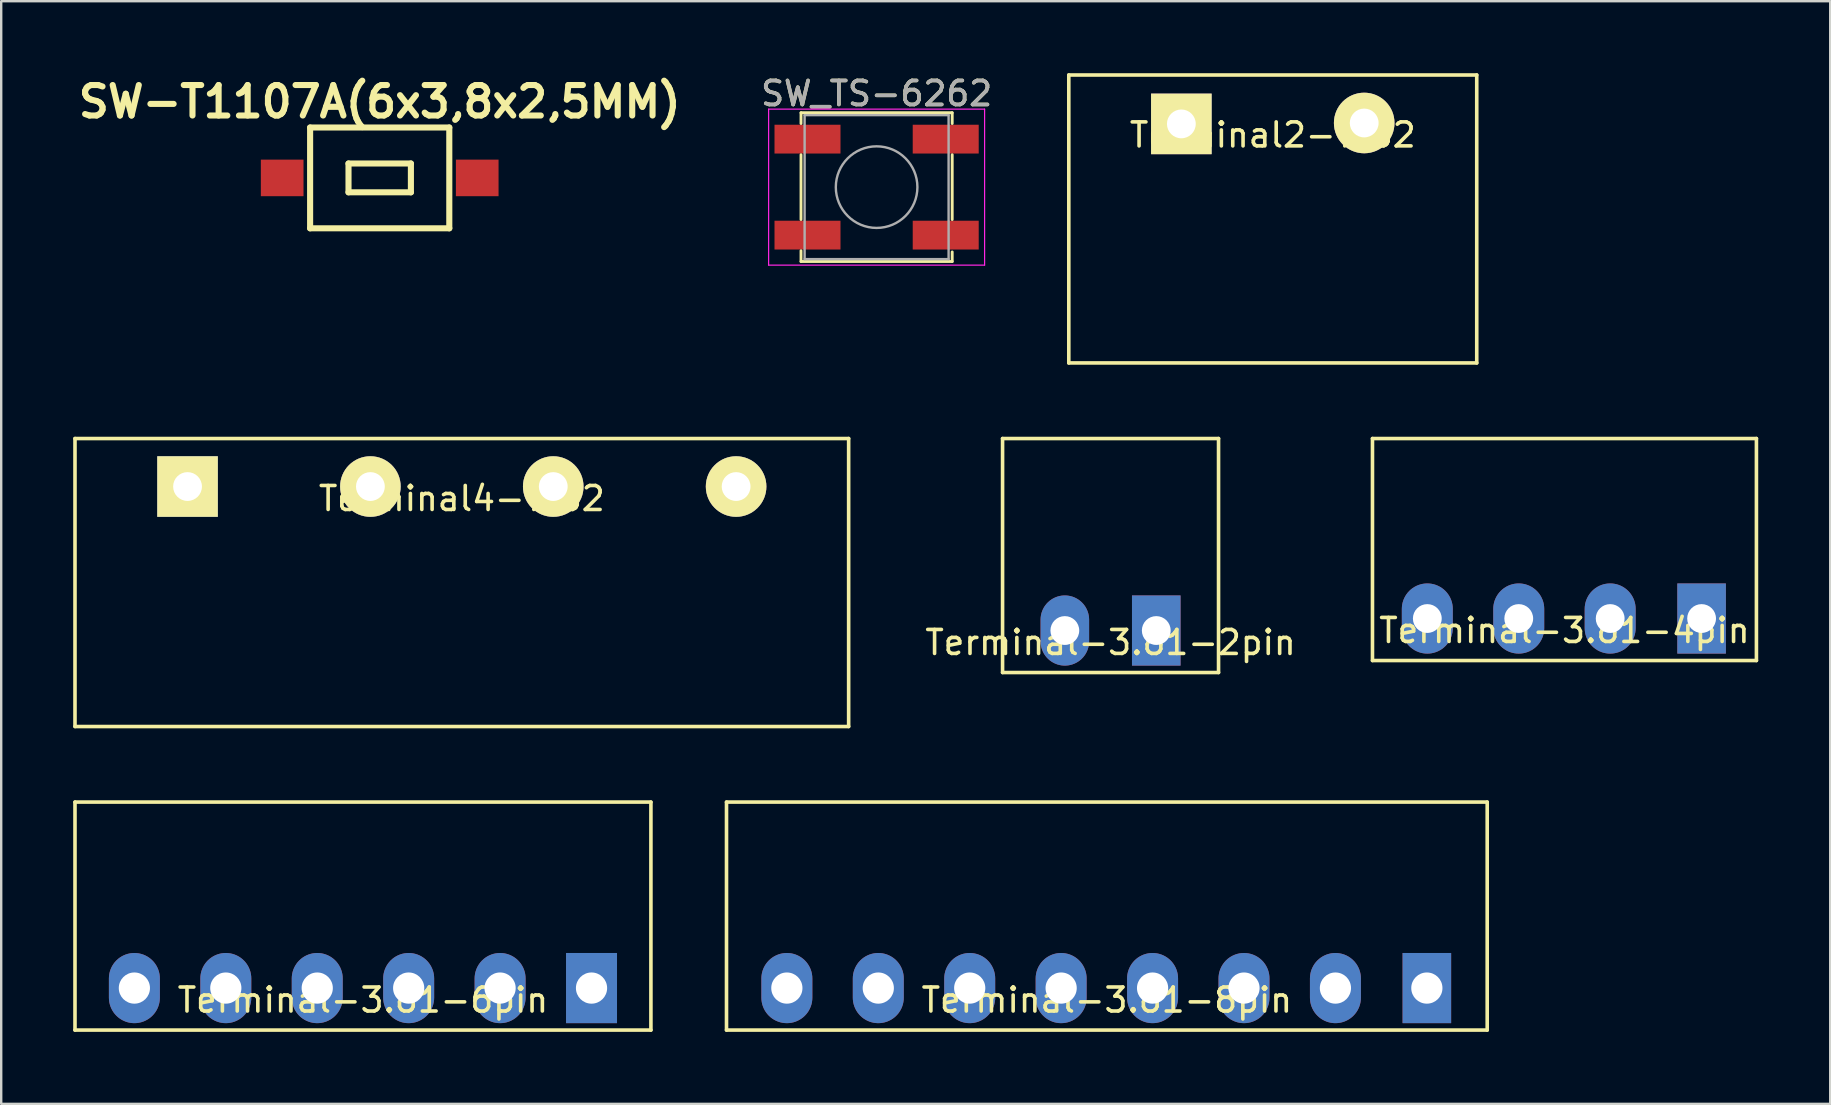
<source format=kicad_pcb>
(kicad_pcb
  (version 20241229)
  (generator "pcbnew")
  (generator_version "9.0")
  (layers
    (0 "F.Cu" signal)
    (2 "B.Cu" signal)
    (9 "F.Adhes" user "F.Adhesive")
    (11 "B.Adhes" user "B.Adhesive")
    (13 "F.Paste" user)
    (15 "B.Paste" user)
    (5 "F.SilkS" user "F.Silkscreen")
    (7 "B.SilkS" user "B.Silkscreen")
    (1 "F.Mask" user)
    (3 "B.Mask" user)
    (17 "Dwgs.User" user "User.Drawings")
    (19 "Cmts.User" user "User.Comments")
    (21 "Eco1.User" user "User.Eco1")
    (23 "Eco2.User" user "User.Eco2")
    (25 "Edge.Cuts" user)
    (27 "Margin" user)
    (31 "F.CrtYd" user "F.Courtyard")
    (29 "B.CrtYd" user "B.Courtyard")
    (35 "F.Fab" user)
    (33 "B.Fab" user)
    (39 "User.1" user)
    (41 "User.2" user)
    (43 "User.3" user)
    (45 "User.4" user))
  (footprint "Terminal-3.81-6pin"
    (layer "F.Cu")
    (at 12.075 38.125)
    (property "Reference" "Terminal-3.81-6pin" (at 0 0.5 0) (layer "F.SilkS") (effects (font (size 1 1) (thickness 0.15))))
    (attr through_hole)
    (fp_line (start -12 -7.75) (end 12 -7.75) (stroke (width 0.15) (type solid)) (layer "F.SilkS"))
    (fp_line (start -12 1.75) (end -12 -7.75) (stroke (width 0.15) (type solid)) (layer "F.SilkS"))
    (fp_line (start 12 -7.75) (end 12 1.75) (stroke (width 0.15) (type solid)) (layer "F.SilkS"))
    (fp_line (start 12 1.75) (end -12 1.75) (stroke (width 0.15) (type solid)) (layer "F.SilkS"))
    (pad "1" thru_hole rect (at 9.525 0) (size 2.124 2.924) (drill 1.3) (layers "*.Cu" "*.Mask"))
    (pad "2" thru_hole oval (at 5.715 0) (size 2.124 2.924) (drill 1.3) (layers "*.Cu" "*.Mask"))
    (pad "3" thru_hole oval (at 1.905 0) (size 2.124 2.924) (drill 1.3) (layers "*.Cu" "*.Mask"))
    (pad "4" thru_hole oval (at -1.905 0) (size 2.124 2.924) (drill 1.3) (layers "*.Cu" "*.Mask"))
    (pad "5" thru_hole oval (at -5.715 0) (size 2.124 2.924) (drill 1.3) (layers "*.Cu" "*.Mask"))
    (pad "6" thru_hole oval (at -9.525 0) (size 2.124 2.924) (drill 1.3) (layers "*.Cu" "*.Mask")))
  (footprint "SW_TS-6262"
    (layer "F.Cu")
    (at 33.48 4.748)
    (property "Reference" "SW_TS-6262" (at 0 -3.9 0) (layer "F.SilkS") (effects (font (size 1 1) (thickness 0.15))))
    (attr smd)
    (fp_line (start -3.15 -3.1) (end 3.15 -3.1) (stroke (width 0.12) (type solid)) (layer "F.SilkS"))
    (fp_line (start -3.15 -2.65) (end -3.15 -3.1) (stroke (width 0.12) (type solid)) (layer "F.SilkS"))
    (fp_line (start -3.15 1.35) (end -3.15 -1.35) (stroke (width 0.12) (type solid)) (layer "F.SilkS"))
    (fp_line (start -3.15 2.65) (end -3.15 3.1) (stroke (width 0.12) (type solid)) (layer "F.SilkS"))
    (fp_line (start -3.15 3.1) (end 3.15 3.1) (stroke (width 0.12) (type solid)) (layer "F.SilkS"))
    (fp_line (start 3.15 -3.1) (end 3.15 -2.65) (stroke (width 0.12) (type solid)) (layer "F.SilkS"))
    (fp_line (start 3.15 -1.35) (end 3.15 1.35) (stroke (width 0.12) (type solid)) (layer "F.SilkS"))
    (fp_line (start 3.15 3.1) (end 3.15 2.7) (stroke (width 0.12) (type solid)) (layer "F.SilkS"))
    (fp_line (start -4.5 -3.25) (end 4.5 -3.25) (stroke (width 0.05) (type solid)) (layer "F.CrtYd"))
    (fp_line (start -4.5 3.25) (end -4.5 -3.25) (stroke (width 0.05) (type solid)) (layer "F.CrtYd"))
    (fp_line (start 4.5 -3.25) (end 4.5 3.25) (stroke (width 0.05) (type solid)) (layer "F.CrtYd"))
    (fp_line (start 4.5 3.25) (end -4.5 3.25) (stroke (width 0.05) (type solid)) (layer "F.CrtYd"))
    (fp_line (start -3 -3) (end 3 -3) (stroke (width 0.1) (type solid)) (layer "F.Fab"))
    (fp_line (start -3 3) (end -3 -3) (stroke (width 0.1) (type solid)) (layer "F.Fab"))
    (fp_line (start 3 -3) (end 3 3) (stroke (width 0.1) (type solid)) (layer "F.Fab"))
    (fp_line (start 3 3) (end -3 3) (stroke (width 0.1) (type solid)) (layer "F.Fab"))
    (fp_circle (center 0 0) (end 1.7 0) (stroke (width 0.1) (type solid)) (fill no) (layer "F.Fab"))
    (fp_text user "${REFERENCE}" (at 0 -3.9 0) (layer "F.Fab") (effects (font (size 1 1) (thickness 0.15))))
    (pad "1" smd rect (at -2.88 -2) (size 2.75 1.2) (layers "F.Cu" "F.Mask" "F.Paste"))
    (pad "1" smd rect (at 2.88 -2) (size 2.75 1.2) (layers "F.Cu" "F.Mask" "F.Paste"))
    (pad "2" smd rect (at -2.88 2) (size 2.75 1.2) (layers "F.Cu" "F.Mask" "F.Paste"))
    (pad "2" smd rect (at 2.88 2) (size 2.75 1.2) (layers "F.Cu" "F.Mask" "F.Paste")))
  (footprint "Terminal4-7.62"
    (layer "F.Cu")
    (at 16.195 17.225)
    (property "Reference" "Terminal4-7.62" (at 0 0.5 0) (layer "F.SilkS") (effects (font (size 1 1) (thickness 0.15))))
    (attr through_hole)
    (fp_line (start -16.12 -2) (end 16.12 -2) (stroke (width 0.15) (type solid)) (layer "F.SilkS"))
    (fp_line (start -16.12 10) (end -16.12 -2) (stroke (width 0.15) (type solid)) (layer "F.SilkS"))
    (fp_line (start 16.12 -2) (end 16.12 10) (stroke (width 0.15) (type solid)) (layer "F.SilkS"))
    (fp_line (start 16.12 10) (end -16.12 10) (stroke (width 0.15) (type solid)) (layer "F.SilkS"))
    (pad "1" thru_hole rect (at -11.43 0) (size 2.524 2.524) (drill 1.2) (layers "*.Cu" "*.Mask" "F.SilkS"))
    (pad "2" thru_hole circle (at -3.81 0) (size 2.524 2.524) (drill 1.2) (layers "*.Cu" "*.Mask" "F.SilkS"))
    (pad "3" thru_hole circle (at 3.81 0) (size 2.524 2.524) (drill 1.2) (layers "*.Cu" "*.Mask" "F.SilkS"))
    (pad "4" thru_hole circle (at 11.43 0) (size 2.524 2.524) (drill 1.2) (layers "*.Cu" "*.Mask" "F.SilkS")))
  (footprint "SW-T1107A(6x3,8x2,5MM)"
    (layer "F.Cu")
    (at 12.773 4.364)
    (property "Reference" "SW-T1107A(6x3,8x2,5MM)" (at 0 -3.175 0) (layer "F.SilkS") (effects (font (size 1.27 1.27) (thickness 0.254))))
    (attr smd)
    (fp_line (start -2.9 -2.1) (end -2.9 2.1) (stroke (width 0.254) (type solid)) (layer "F.SilkS"))
    (fp_line (start -2.9 2.1) (end 2.9 2.1) (stroke (width 0.254) (type solid)) (layer "F.SilkS"))
    (fp_line (start -1.3 -0.6) (end 1.3 -0.6) (stroke (width 0.254) (type solid)) (layer "F.SilkS"))
    (fp_line (start -1.3 0.6) (end -1.3 -0.6) (stroke (width 0.254) (type solid)) (layer "F.SilkS"))
    (fp_line (start -1.3 0.6) (end 1.3 0.6) (stroke (width 0.254) (type solid)) (layer "F.SilkS"))
    (fp_line (start 1.3 0.6) (end 1.3 -0.6) (stroke (width 0.254) (type solid)) (layer "F.SilkS"))
    (fp_line (start 2.9 -2.1) (end -2.9 -2.1) (stroke (width 0.254) (type solid)) (layer "F.SilkS"))
    (fp_line (start 2.9 2.1) (end 2.9 -2.1) (stroke (width 0.254) (type solid)) (layer "F.SilkS"))
    (pad "1" smd rect (at -4.064 0 90) (size 1.524 1.778) (layers "F.Cu" "F.Mask" "F.Paste"))
    (pad "2" smd rect (at 4.064 0 90) (size 1.524 1.778) (layers "F.Cu" "F.Mask" "F.Paste")))
  (footprint "Terminal-3.81-4pin"
    (layer "F.Cu")
    (at 62.144 22.725)
    (property "Reference" "Terminal-3.81-4pin" (at 0 0.5 0) (layer "F.SilkS") (effects (font (size 1 1) (thickness 0.15))))
    (attr through_hole)
    (fp_line (start -8 -7.5) (end 8 -7.5) (stroke (width 0.15) (type solid)) (layer "F.SilkS"))
    (fp_line (start -8 1.75) (end -8 -7.5) (stroke (width 0.15) (type solid)) (layer "F.SilkS"))
    (fp_line (start 8 -7.5) (end 8 1.75) (stroke (width 0.15) (type solid)) (layer "F.SilkS"))
    (fp_line (start 8 1.75) (end -8 1.75) (stroke (width 0.15) (type solid)) (layer "F.SilkS"))
    (pad "1" thru_hole rect (at 5.715 0) (size 2.024 2.924) (drill 1.2) (layers "*.Cu" "*.Mask"))
    (pad "2" thru_hole oval (at 1.905 0) (size 2.124 2.924) (drill 1.2) (layers "*.Cu" "*.Mask"))
    (pad "3" thru_hole oval (at -1.905 0) (size 2.124 2.924) (drill 1.2) (layers "*.Cu" "*.Mask"))
    (pad "4" thru_hole oval (at -5.715 0) (size 2.124 2.924) (drill 1.2) (layers "*.Cu" "*.Mask")))
  (footprint "Terminal2-7.62"
    (layer "F.Cu")
    (at 49.989 2.075)
    (property "Reference" "Terminal2-7.62" (at 0 0.5 0) (layer "F.SilkS") (effects (font (size 1 1) (thickness 0.15))))
    (attr through_hole)
    (fp_line (start -8.5 -2) (end 8.5 -2) (stroke (width 0.15) (type solid)) (layer "F.SilkS"))
    (fp_line (start -8.5 10) (end -8.5 -2) (stroke (width 0.15) (type solid)) (layer "F.SilkS"))
    (fp_line (start 8.5 -2) (end 8.5 10) (stroke (width 0.15) (type solid)) (layer "F.SilkS"))
    (fp_line (start 8.5 10) (end -8.5 10) (stroke (width 0.15) (type solid)) (layer "F.SilkS"))
    (pad "1" thru_hole rect (at -3.81 0.038) (size 2.524 2.524) (drill 1.2) (layers "*.Cu" "*.Mask" "F.SilkS"))
    (pad "2" thru_hole circle (at 3.81 0) (size 2.524 2.524) (drill 1.2) (layers "*.Cu" "*.Mask" "F.SilkS")))
  (footprint "Terminal-3.81-8pin"
    (layer "F.Cu")
    (at 43.075 38.125)
    (property "Reference" "Terminal-3.81-8pin" (at 0 0.5 0) (layer "F.SilkS") (effects (font (size 1 1) (thickness 0.15))))
    (attr through_hole)
    (fp_line (start -15.85 -7.75) (end 15.85 -7.75) (stroke (width 0.15) (type solid)) (layer "F.SilkS"))
    (fp_line (start -15.85 1.75) (end -15.85 -7.75) (stroke (width 0.15) (type solid)) (layer "F.SilkS"))
    (fp_line (start 15.85 -7.75) (end 15.85 1.75) (stroke (width 0.15) (type solid)) (layer "F.SilkS"))
    (fp_line (start 15.85 1.75) (end -15.85 1.75) (stroke (width 0.15) (type solid)) (layer "F.SilkS"))
    (pad "1" thru_hole rect (at 13.335 0) (size 2.024 2.924) (drill 1.3) (layers "*.Cu" "*.Mask"))
    (pad "2" thru_hole oval (at 9.525 0) (size 2.124 2.924) (drill 1.3) (layers "*.Cu" "*.Mask"))
    (pad "3" thru_hole oval (at 5.715 0) (size 2.124 2.924) (drill 1.3) (layers "*.Cu" "*.Mask"))
    (pad "4" thru_hole oval (at 1.905 0) (size 2.124 2.924) (drill 1.3) (layers "*.Cu" "*.Mask"))
    (pad "5" thru_hole oval (at -1.905 0) (size 2.124 2.924) (drill 1.3) (layers "*.Cu" "*.Mask"))
    (pad "6" thru_hole oval (at -5.715 0) (size 2.124 2.924) (drill 1.3) (layers "*.Cu" "*.Mask"))
    (pad "7" thru_hole oval (at -9.525 0) (size 2.124 2.924) (drill 1.3) (layers "*.Cu" "*.Mask"))
    (pad "8" thru_hole oval (at -13.335 0) (size 2.124 2.924) (drill 1.3) (layers "*.Cu" "*.Mask")))
  (footprint "Terminal-3.81-2pin"
    (layer "F.Cu")
    (at 43.229 23.225)
    (property "Reference" "Terminal-3.81-2pin" (at 0 0.5 0) (layer "F.SilkS") (effects (font (size 1 1) (thickness 0.15))))
    (attr through_hole)
    (fp_line (start -4.5 -8) (end -4.5 1.75) (stroke (width 0.15) (type solid)) (layer "F.SilkS"))
    (fp_line (start -4.5 1.75) (end 4.5 1.75) (stroke (width 0.15) (type solid)) (layer "F.SilkS"))
    (fp_line (start 4.5 -8) (end -4.5 -8) (stroke (width 0.15) (type solid)) (layer "F.SilkS"))
    (fp_line (start 4.5 1.75) (end 4.5 -8) (stroke (width 0.15) (type solid)) (layer "F.SilkS"))
    (pad "1" thru_hole rect (at 1.905 0) (size 2.024 2.924) (drill 1.2) (layers "*.Cu" "*.Mask"))
    (pad "2" thru_hole oval (at -1.905 0) (size 2.024 2.924) (drill 1.2) (layers "*.Cu" "*.Mask")))
  (gr_rect
    (start -3 -3)
    (end 73.219 42.95)
    (stroke (width 0.1) (type default))
    (fill no)
    (layer "Edge.Cuts")))
</source>
